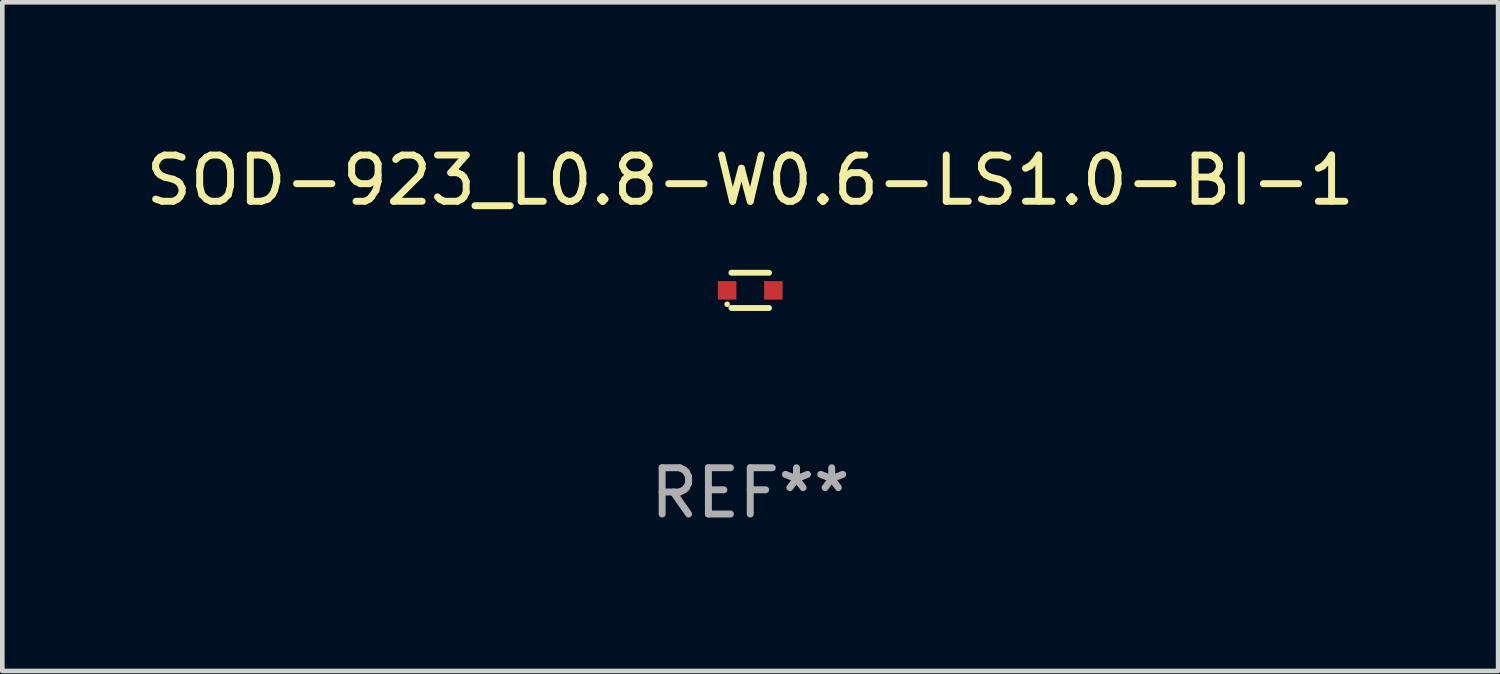
<source format=kicad_pcb>
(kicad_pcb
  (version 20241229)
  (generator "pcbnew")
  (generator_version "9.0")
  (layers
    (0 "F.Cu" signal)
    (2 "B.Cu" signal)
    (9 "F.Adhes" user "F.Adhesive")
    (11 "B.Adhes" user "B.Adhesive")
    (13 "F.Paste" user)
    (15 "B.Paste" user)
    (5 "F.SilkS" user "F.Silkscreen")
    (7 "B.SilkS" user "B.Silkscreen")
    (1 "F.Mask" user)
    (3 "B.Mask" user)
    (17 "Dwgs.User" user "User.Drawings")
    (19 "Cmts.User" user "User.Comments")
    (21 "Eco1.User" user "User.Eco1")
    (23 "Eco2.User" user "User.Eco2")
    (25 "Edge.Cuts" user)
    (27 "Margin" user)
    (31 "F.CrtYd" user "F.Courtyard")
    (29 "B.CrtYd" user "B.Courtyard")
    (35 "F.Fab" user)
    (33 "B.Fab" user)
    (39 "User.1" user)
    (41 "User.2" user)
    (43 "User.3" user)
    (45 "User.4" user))
  (footprint "SOD-923_L0.8-W0.6-LS1.0-BI-1"
    (layer "F.Cu")
    (at 13.173 3.229)
    (property "Reference" "SOD-923_L0.8-W0.6-LS1.0-BI-1" (at 0 -2.381 0) (layer "F.SilkS") (effects (font (size 1 1) (thickness 0.15))))
    (attr through_hole)
    (fp_line (start -0.407 -0.381) (end 0.406 -0.381) (stroke (width 0.127) (type solid)) (layer "F.SilkS"))
    (fp_line (start 0.406 0.381) (end -0.407 0.381) (stroke (width 0.127) (type solid)) (layer "F.SilkS"))
    (fp_circle (center -0.5 0.3) (end -0.47 0.3) (stroke (width 0.06) (type solid)) (fill no) (layer "F.SilkS"))
    (fp_text user "REF**" (at 0 4.381 0) (layer "F.Fab") (effects (font (size 1 1) (thickness 0.15))))
    (pad "1" smd rect (at -0.5 0 90) (size 0.4 0.4) (layers "F.Cu" "F.Mask" "F.Paste"))
    (pad "2" smd rect (at 0.5 0 90) (size 0.4 0.4) (layers "F.Cu" "F.Mask" "F.Paste")))
  (gr_rect
    (start -3 -3)
    (end 29.345 11.459)
    (stroke (width 0.1) (type default))
    (fill no)
    (layer "Edge.Cuts")))
</source>
